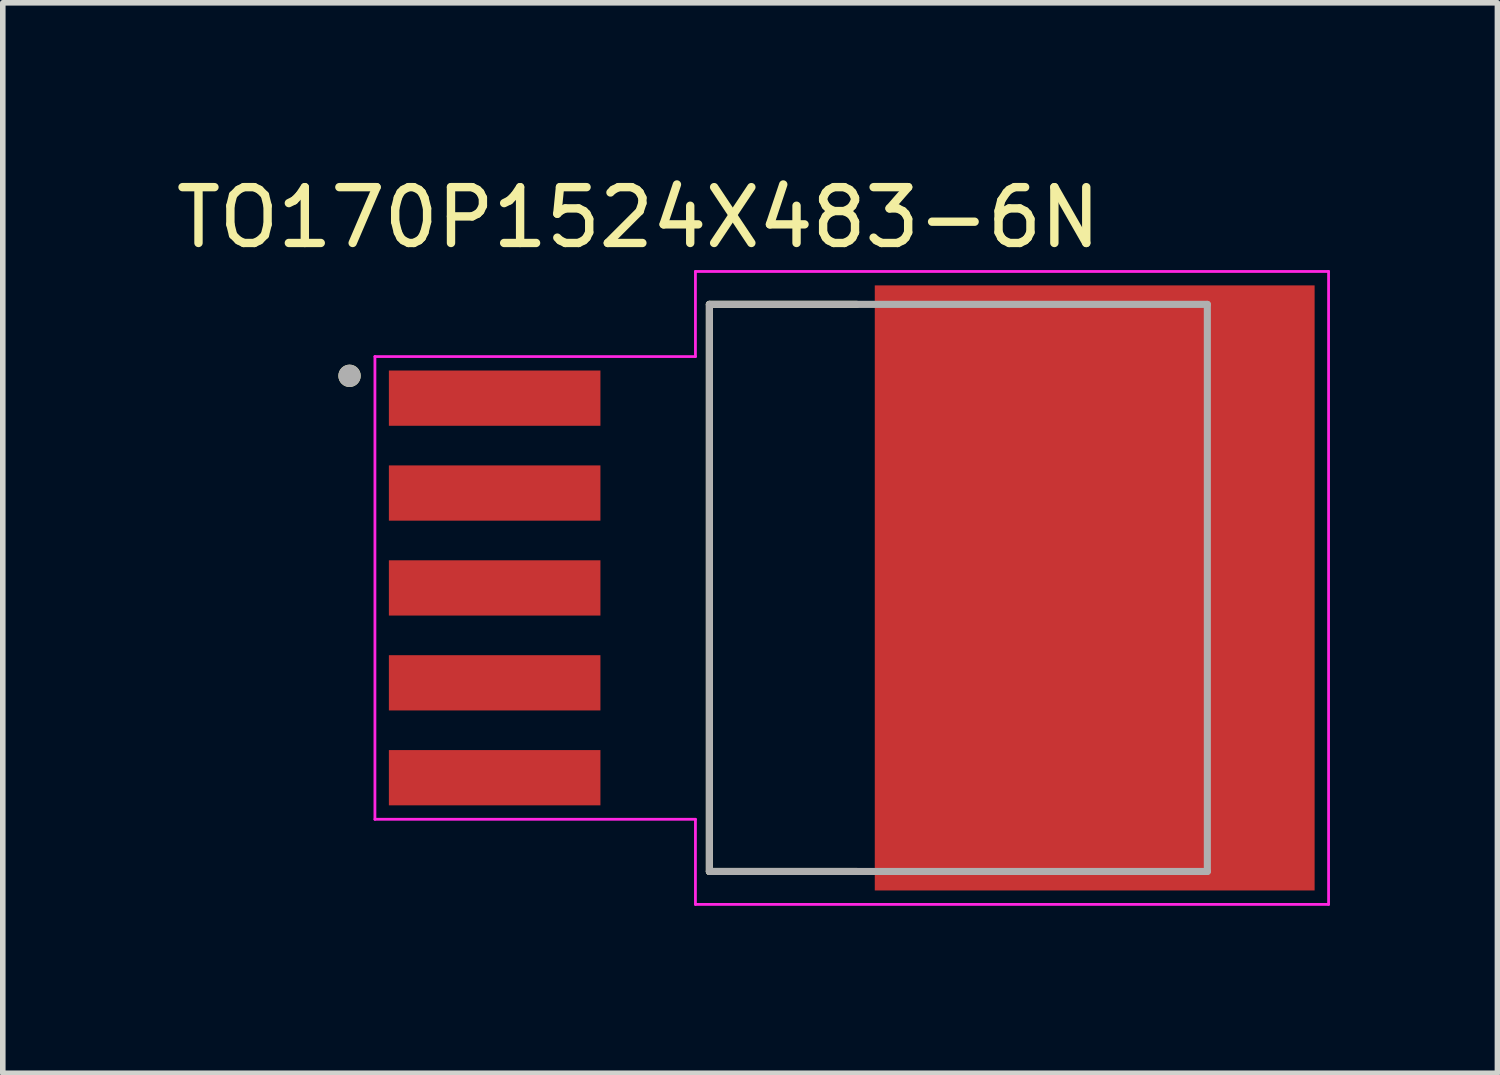
<source format=kicad_pcb>
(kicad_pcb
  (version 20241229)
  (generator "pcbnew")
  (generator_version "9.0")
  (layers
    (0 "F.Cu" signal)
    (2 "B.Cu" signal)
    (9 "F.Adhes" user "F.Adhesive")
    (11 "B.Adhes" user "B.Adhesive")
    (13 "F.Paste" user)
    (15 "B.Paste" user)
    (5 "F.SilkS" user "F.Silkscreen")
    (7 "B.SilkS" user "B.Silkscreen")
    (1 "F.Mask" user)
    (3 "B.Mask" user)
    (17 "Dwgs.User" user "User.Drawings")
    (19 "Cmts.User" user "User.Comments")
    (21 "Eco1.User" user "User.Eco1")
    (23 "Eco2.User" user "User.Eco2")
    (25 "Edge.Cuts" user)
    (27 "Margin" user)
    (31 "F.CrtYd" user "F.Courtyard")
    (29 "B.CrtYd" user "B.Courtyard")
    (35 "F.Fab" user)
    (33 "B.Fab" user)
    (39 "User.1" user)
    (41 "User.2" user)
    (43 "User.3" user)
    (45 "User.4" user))
  (footprint "TO170P1524X483-6N"
    (layer "F.Cu")
    (at 12.212 7.483)
    (property "Reference" "TO170P1524X483-6N" (at -3.825 -6.635 0) (layer "F.SilkS") (effects (font (size 1 1) (thickness 0.15))))
    (attr smd)
    (fp_line (start -2.553 -5.08) (end 0.09 -5.08) (stroke (width 0.127) (type solid)) (layer "F.SilkS"))
    (fp_line (start -2.553 5.08) (end -2.553 -5.08) (stroke (width 0.127) (type solid)) (layer "F.SilkS"))
    (fp_line (start 0.09 5.08) (end -2.553 5.08) (stroke (width 0.127) (type solid)) (layer "F.SilkS"))
    (fp_circle (center -9 -3.8) (end -8.9 -3.8) (stroke (width 0.2) (type solid)) (fill no) (layer "F.SilkS"))
    (fp_poly (pts (xy 0.96 -5.15) (xy 2.48 -5.15) (xy 2.48 -3.9) (xy 0.96 -3.9)) (stroke (width 0.01) (type solid)) (fill yes) (layer "F.Paste"))
    (fp_poly (pts (xy 0.96 -3.34) (xy 2.48 -3.34) (xy 2.48 -2.09) (xy 0.96 -2.09)) (stroke (width 0.01) (type solid)) (fill yes) (layer "F.Paste"))
    (fp_poly (pts (xy 0.96 -1.53) (xy 2.48 -1.53) (xy 2.48 -0.28) (xy 0.96 -0.28)) (stroke (width 0.01) (type solid)) (fill yes) (layer "F.Paste"))
    (fp_poly (pts (xy 0.96 0.28) (xy 2.48 0.28) (xy 2.48 1.53) (xy 0.96 1.53)) (stroke (width 0.01) (type solid)) (fill yes) (layer "F.Paste"))
    (fp_poly (pts (xy 0.96 2.09) (xy 2.48 2.09) (xy 2.48 3.34) (xy 0.96 3.34)) (stroke (width 0.01) (type solid)) (fill yes) (layer "F.Paste"))
    (fp_poly (pts (xy 0.96 3.9) (xy 2.48 3.9) (xy 2.48 5.15) (xy 0.96 5.15)) (stroke (width 0.01) (type solid)) (fill yes) (layer "F.Paste"))
    (fp_poly (pts (xy 3.59 -5.15) (xy 5.11 -5.15) (xy 5.11 -3.9) (xy 3.59 -3.9)) (stroke (width 0.01) (type solid)) (fill yes) (layer "F.Paste"))
    (fp_poly (pts (xy 3.59 -3.34) (xy 5.11 -3.34) (xy 5.11 -2.09) (xy 3.59 -2.09)) (stroke (width 0.01) (type solid)) (fill yes) (layer "F.Paste"))
    (fp_poly (pts (xy 3.59 -1.53) (xy 5.11 -1.53) (xy 5.11 -0.28) (xy 3.59 -0.28)) (stroke (width 0.01) (type solid)) (fill yes) (layer "F.Paste"))
    (fp_poly (pts (xy 3.59 0.28) (xy 5.11 0.28) (xy 5.11 1.53) (xy 3.59 1.53)) (stroke (width 0.01) (type solid)) (fill yes) (layer "F.Paste"))
    (fp_poly (pts (xy 3.59 2.09) (xy 5.11 2.09) (xy 5.11 3.34) (xy 3.59 3.34)) (stroke (width 0.01) (type solid)) (fill yes) (layer "F.Paste"))
    (fp_poly (pts (xy 3.59 3.9) (xy 5.11 3.9) (xy 5.11 5.15) (xy 3.59 5.15)) (stroke (width 0.01) (type solid)) (fill yes) (layer "F.Paste"))
    (fp_poly (pts (xy 6.22 -5.15) (xy 7.74 -5.15) (xy 7.74 -3.9) (xy 6.22 -3.9)) (stroke (width 0.01) (type solid)) (fill yes) (layer "F.Paste"))
    (fp_poly (pts (xy 6.22 -3.34) (xy 7.74 -3.34) (xy 7.74 -2.09) (xy 6.22 -2.09)) (stroke (width 0.01) (type solid)) (fill yes) (layer "F.Paste"))
    (fp_poly (pts (xy 6.22 -1.53) (xy 7.74 -1.53) (xy 7.74 -0.28) (xy 6.22 -0.28)) (stroke (width 0.01) (type solid)) (fill yes) (layer "F.Paste"))
    (fp_poly (pts (xy 6.22 0.28) (xy 7.74 0.28) (xy 7.74 1.53) (xy 6.22 1.53)) (stroke (width 0.01) (type solid)) (fill yes) (layer "F.Paste"))
    (fp_poly (pts (xy 6.22 2.09) (xy 7.74 2.09) (xy 7.74 3.34) (xy 6.22 3.34)) (stroke (width 0.01) (type solid)) (fill yes) (layer "F.Paste"))
    (fp_poly (pts (xy 6.22 3.9) (xy 7.74 3.9) (xy 7.74 5.15) (xy 6.22 5.15)) (stroke (width 0.01) (type solid)) (fill yes) (layer "F.Paste"))
    (fp_line (start -8.545 -4.145) (end -8.545 4.145) (stroke (width 0.05) (type solid)) (layer "F.CrtYd"))
    (fp_line (start -8.545 4.145) (end -2.803 4.145) (stroke (width 0.05) (type solid)) (layer "F.CrtYd"))
    (fp_line (start -2.803 -5.67) (end -2.803 -4.145) (stroke (width 0.05) (type solid)) (layer "F.CrtYd"))
    (fp_line (start -2.803 -4.145) (end -8.545 -4.145) (stroke (width 0.05) (type solid)) (layer "F.CrtYd"))
    (fp_line (start -2.803 4.145) (end -2.803 5.67) (stroke (width 0.05) (type solid)) (layer "F.CrtYd"))
    (fp_line (start -2.803 5.67) (end 8.54 5.67) (stroke (width 0.05) (type solid)) (layer "F.CrtYd"))
    (fp_line (start 8.54 -5.67) (end -2.803 -5.67) (stroke (width 0.05) (type solid)) (layer "F.CrtYd"))
    (fp_line (start 8.54 5.67) (end 8.54 -5.67) (stroke (width 0.05) (type solid)) (layer "F.CrtYd"))
    (fp_line (start -2.553 -5.08) (end 6.368 -5.08) (stroke (width 0.127) (type solid)) (layer "F.Fab"))
    (fp_line (start -2.553 5.08) (end -2.553 -5.08) (stroke (width 0.127) (type solid)) (layer "F.Fab"))
    (fp_line (start 6.368 -5.08) (end 6.368 5.08) (stroke (width 0.127) (type solid)) (layer "F.Fab"))
    (fp_line (start 6.368 5.08) (end -2.553 5.08) (stroke (width 0.127) (type solid)) (layer "F.Fab"))
    (fp_circle (center -9 -3.8) (end -8.9 -3.8) (stroke (width 0.2) (type solid)) (fill no) (layer "F.Fab"))
    (pad "1" smd rect (at -6.4 -3.4) (size 3.79 0.99) (layers "F.Cu" "F.Mask" "F.Paste"))
    (pad "2" smd rect (at -6.4 -1.7) (size 3.79 0.99) (layers "F.Cu" "F.Mask" "F.Paste"))
    (pad "3" smd rect (at -6.4 0) (size 3.79 0.99) (layers "F.Cu" "F.Mask" "F.Paste"))
    (pad "4" smd rect (at -6.4 1.7) (size 3.79 0.99) (layers "F.Cu" "F.Mask" "F.Paste"))
    (pad "5" smd rect (at -6.4 3.4) (size 3.79 0.99) (layers "F.Cu" "F.Mask" "F.Paste"))
    (pad "6" smd rect (at 4.35 0) (size 7.88 10.84) (layers "F.Cu" "F.Mask")))
  (gr_rect
    (start -3 -3)
    (end 23.777 16.178)
    (stroke (width 0.1) (type default))
    (fill no)
    (layer "Edge.Cuts")))
</source>
